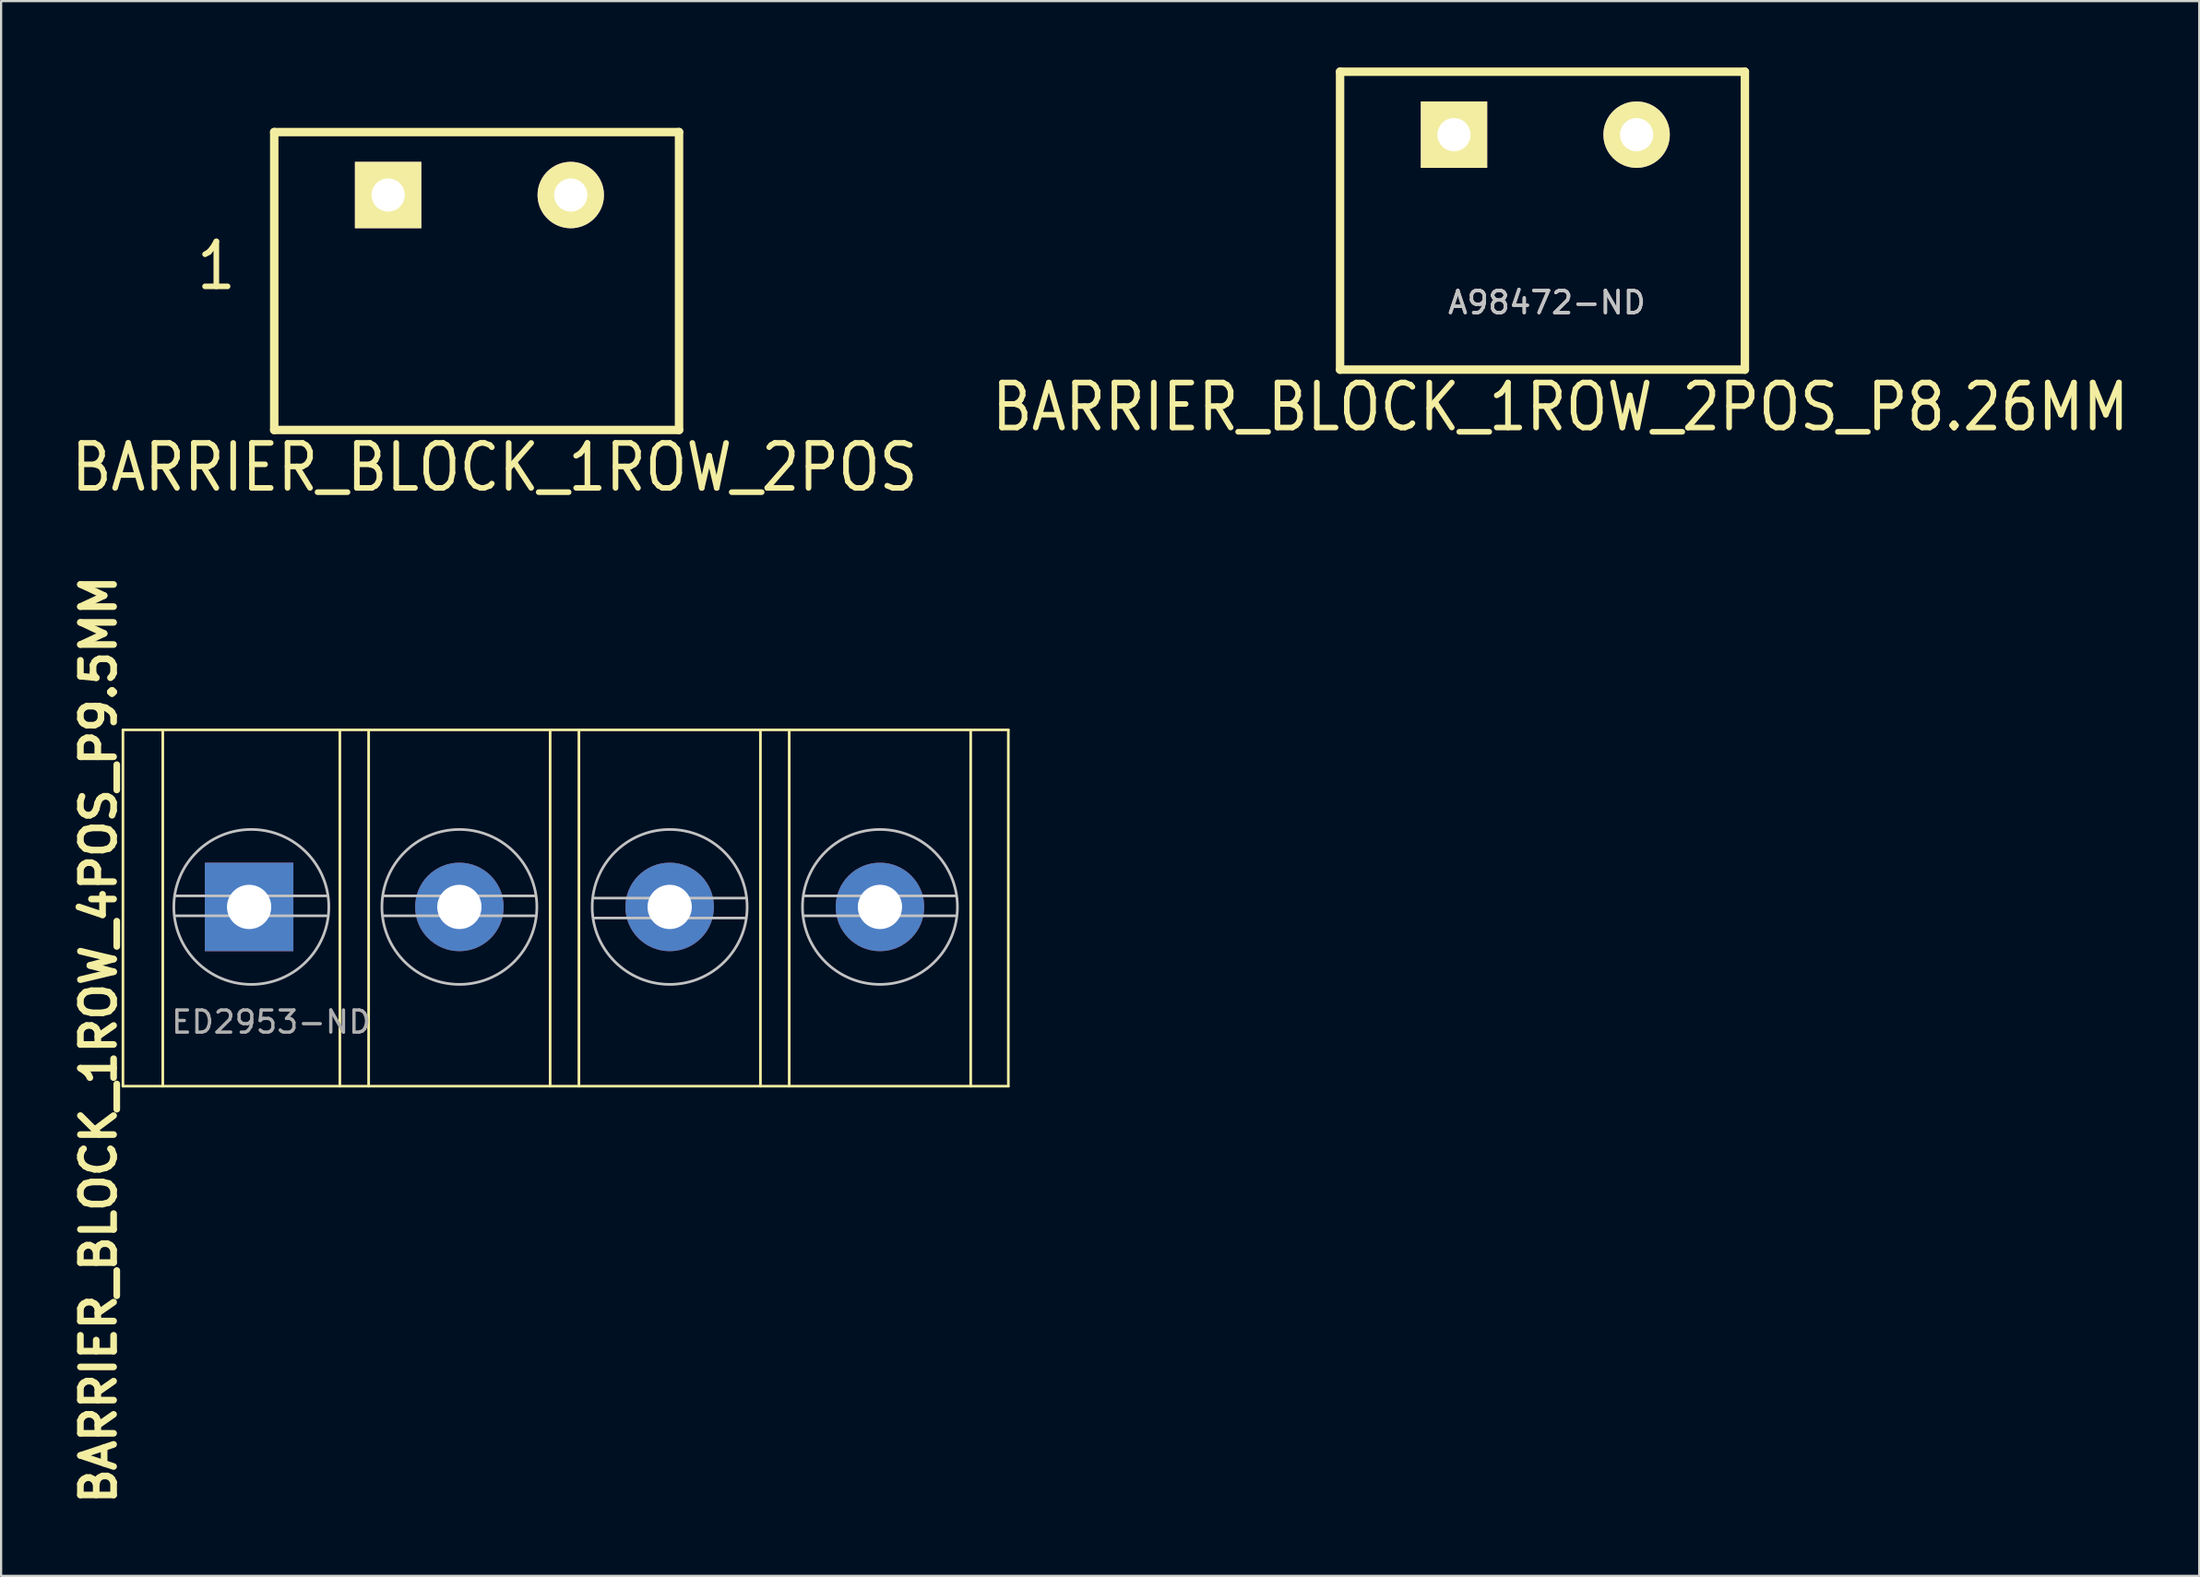
<source format=kicad_pcb>
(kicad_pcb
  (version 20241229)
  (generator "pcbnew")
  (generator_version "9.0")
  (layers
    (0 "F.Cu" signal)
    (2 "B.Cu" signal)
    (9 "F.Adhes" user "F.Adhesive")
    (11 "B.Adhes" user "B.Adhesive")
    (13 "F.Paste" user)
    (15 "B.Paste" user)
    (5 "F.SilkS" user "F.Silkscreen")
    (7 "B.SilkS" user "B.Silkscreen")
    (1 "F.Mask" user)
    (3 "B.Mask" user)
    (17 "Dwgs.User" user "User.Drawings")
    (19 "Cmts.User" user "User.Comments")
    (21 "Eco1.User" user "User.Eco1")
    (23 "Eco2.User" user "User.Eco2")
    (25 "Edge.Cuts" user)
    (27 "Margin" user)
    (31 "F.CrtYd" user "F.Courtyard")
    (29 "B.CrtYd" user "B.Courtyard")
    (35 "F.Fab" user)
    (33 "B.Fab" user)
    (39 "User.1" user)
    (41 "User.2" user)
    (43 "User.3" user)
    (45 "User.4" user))
  (footprint "BARRIER_BLOCK_1ROW_2POS_P8.26MM"
    (layer "F.Cu")
    (at 66.635 6.921)
    (property "Reference" "BARRIER_BLOCK_1ROW_2POS_P8.26MM" (at 0.813 8.42 0) (layer "F.SilkS") (effects (font (size 2.032 1.778) (thickness 0.254))))
    (attr through_hole)
    (fp_line (start -9.144 -6.731) (end -9.144 6.731) (stroke (width 0.381) (type solid)) (layer "F.SilkS"))
    (fp_line (start -9.144 -6.731) (end 9.144 -6.731) (stroke (width 0.381) (type solid)) (layer "F.SilkS"))
    (fp_line (start -9.144 6.731) (end 9.144 6.731) (stroke (width 0.381) (type solid)) (layer "F.SilkS"))
    (fp_line (start 9.144 -6.731) (end 9.144 6.731) (stroke (width 0.381) (type solid)) (layer "F.SilkS"))
    (fp_line (start -8.763 -6.477) (end -8.763 6.477) (stroke (width 0.254) (type solid)) (layer "Eco1.User"))
    (fp_line (start -8.763 6.477) (end -7.493 6.477) (stroke (width 0.254) (type solid)) (layer "Eco1.User"))
    (fp_line (start -7.493 -6.477) (end -8.763 -6.477) (stroke (width 0.254) (type solid)) (layer "Eco1.User"))
    (fp_line (start -7.493 -5.664) (end -7.493 -4.394) (stroke (width 0.254) (type solid)) (layer "Eco1.User"))
    (fp_line (start -7.493 -4.394) (end -0.635 -4.394) (stroke (width 0.254) (type solid)) (layer "Eco1.User"))
    (fp_line (start -7.493 4.394) (end -7.493 5.664) (stroke (width 0.254) (type solid)) (layer "Eco1.User"))
    (fp_line (start -7.493 5.664) (end -0.635 5.664) (stroke (width 0.254) (type solid)) (layer "Eco1.User"))
    (fp_line (start -7.493 6.477) (end -7.493 -6.477) (stroke (width 0.254) (type solid)) (layer "Eco1.User"))
    (fp_line (start -2.54 -2.311) (end -5.969 2.057) (stroke (width 0.254) (type solid)) (layer "Eco1.User"))
    (fp_line (start -2.337 -2.184) (end -5.766 2.184) (stroke (width 0.254) (type solid)) (layer "Eco1.User"))
    (fp_line (start -2.134 -2.032) (end -5.563 2.337) (stroke (width 0.254) (type solid)) (layer "Eco1.User"))
    (fp_line (start -0.635 -6.477) (end -0.635 6.477) (stroke (width 0.254) (type solid)) (layer "Eco1.User"))
    (fp_line (start -0.635 -5.664) (end -7.493 -5.664) (stroke (width 0.254) (type solid)) (layer "Eco1.User"))
    (fp_line (start -0.635 -4.394) (end -0.635 -5.664) (stroke (width 0.254) (type solid)) (layer "Eco1.User"))
    (fp_line (start -0.635 4.394) (end -7.493 4.394) (stroke (width 0.254) (type solid)) (layer "Eco1.User"))
    (fp_line (start -0.635 5.664) (end -0.635 4.394) (stroke (width 0.254) (type solid)) (layer "Eco1.User"))
    (fp_line (start -0.635 6.477) (end 0.635 6.477) (stroke (width 0.254) (type solid)) (layer "Eco1.User"))
    (fp_line (start 0.635 -6.477) (end -0.635 -6.477) (stroke (width 0.254) (type solid)) (layer "Eco1.User"))
    (fp_line (start 0.635 -5.664) (end 0.635 -4.394) (stroke (width 0.254) (type solid)) (layer "Eco1.User"))
    (fp_line (start 0.635 -4.394) (end 7.493 -4.394) (stroke (width 0.254) (type solid)) (layer "Eco1.User"))
    (fp_line (start 0.635 4.394) (end 0.635 5.664) (stroke (width 0.254) (type solid)) (layer "Eco1.User"))
    (fp_line (start 0.635 5.664) (end 7.493 5.664) (stroke (width 0.254) (type solid)) (layer "Eco1.User"))
    (fp_line (start 0.635 6.477) (end 0.635 -6.477) (stroke (width 0.254) (type solid)) (layer "Eco1.User"))
    (fp_line (start 5.588 -2.311) (end 2.159 2.057) (stroke (width 0.254) (type solid)) (layer "Eco1.User"))
    (fp_line (start 5.791 -2.184) (end 2.362 2.184) (stroke (width 0.254) (type solid)) (layer "Eco1.User"))
    (fp_line (start 5.994 -2.032) (end 2.565 2.337) (stroke (width 0.254) (type solid)) (layer "Eco1.User"))
    (fp_line (start 7.493 -6.477) (end 7.493 6.477) (stroke (width 0.254) (type solid)) (layer "Eco1.User"))
    (fp_line (start 7.493 -5.664) (end 0.635 -5.664) (stroke (width 0.254) (type solid)) (layer "Eco1.User"))
    (fp_line (start 7.493 -4.394) (end 7.493 -5.664) (stroke (width 0.254) (type solid)) (layer "Eco1.User"))
    (fp_line (start 7.493 4.394) (end 0.635 4.394) (stroke (width 0.254) (type solid)) (layer "Eco1.User"))
    (fp_line (start 7.493 5.664) (end 7.493 4.394) (stroke (width 0.254) (type solid)) (layer "Eco1.User"))
    (fp_line (start 7.493 6.477) (end 8.763 6.477) (stroke (width 0.254) (type solid)) (layer "Eco1.User"))
    (fp_line (start 8.763 -6.477) (end 7.493 -6.477) (stroke (width 0.254) (type solid)) (layer "Eco1.User"))
    (fp_line (start 8.763 6.477) (end 8.763 -6.477) (stroke (width 0.254) (type solid)) (layer "Eco1.User"))
    (fp_circle (center -4.064 0) (end -1.27 0.076) (stroke (width 0.254) (type solid)) (fill no) (layer "Eco1.User"))
    (fp_circle (center 4.064 0) (end 6.858 0.076) (stroke (width 0.254) (type solid)) (fill no) (layer "Eco1.User"))
    (fp_text user "A98472-ND" (at 0.2 3.7 0) (layer "Dwgs.User") (effects (font (size 1 1) (thickness 0.15))))
    (fp_text user "A98472-ND" (at 0.2 3.7 0) (layer "Dwgs.User") (effects (font (size 1 1) (thickness 0.15))))
    (pad "1" thru_hole rect (at -3.998 -3.886) (size 3 3) (drill 1.5) (layers "*.Cu" "*.Mask" "F.SilkS"))
    (pad "2" thru_hole circle (at 4.252 -3.886) (size 3 3) (drill 1.5) (layers "*.Cu" "*.Mask" "F.SilkS")))
  (footprint "BARRIER_BLOCK_1ROW_2POS"
    (layer "F.Cu")
    (at 18.483 9.649)
    (property "Reference" "BARRIER_BLOCK_1ROW_2POS" (at 0.813 8.42 0) (layer "F.SilkS") (effects (font (size 2.032 1.778) (thickness 0.254))))
    (property "Value" "BARRIER_BLOCK_1ROW_2POS" (at 0.406 -0.457 0) (layer "F.Fab") (hide yes) (effects (font (size 1 1) (thickness 0.152))))
    (attr through_hole)
    (fp_line (start -9.144 -6.731) (end -9.144 6.731) (stroke (width 0.381) (type solid)) (layer "F.SilkS"))
    (fp_line (start -9.144 -6.731) (end 9.144 -6.731) (stroke (width 0.381) (type solid)) (layer "F.SilkS"))
    (fp_line (start -9.144 6.731) (end 9.144 6.731) (stroke (width 0.381) (type solid)) (layer "F.SilkS"))
    (fp_line (start 9.144 -6.731) (end 9.144 6.731) (stroke (width 0.381) (type solid)) (layer "F.SilkS"))
    (fp_line (start -8.763 -6.477) (end -8.763 6.477) (stroke (width 0.254) (type solid)) (layer "Eco1.User"))
    (fp_line (start -8.763 6.477) (end -7.493 6.477) (stroke (width 0.254) (type solid)) (layer "Eco1.User"))
    (fp_line (start -7.493 -6.477) (end -8.763 -6.477) (stroke (width 0.254) (type solid)) (layer "Eco1.User"))
    (fp_line (start -7.493 -5.664) (end -7.493 -4.394) (stroke (width 0.254) (type solid)) (layer "Eco1.User"))
    (fp_line (start -7.493 -4.394) (end -0.635 -4.394) (stroke (width 0.254) (type solid)) (layer "Eco1.User"))
    (fp_line (start -7.493 4.394) (end -7.493 5.664) (stroke (width 0.254) (type solid)) (layer "Eco1.User"))
    (fp_line (start -7.493 5.664) (end -0.635 5.664) (stroke (width 0.254) (type solid)) (layer "Eco1.User"))
    (fp_line (start -7.493 6.477) (end -7.493 -6.477) (stroke (width 0.254) (type solid)) (layer "Eco1.User"))
    (fp_line (start -2.54 -2.311) (end -5.969 2.057) (stroke (width 0.254) (type solid)) (layer "Eco1.User"))
    (fp_line (start -2.337 -2.184) (end -5.766 2.184) (stroke (width 0.254) (type solid)) (layer "Eco1.User"))
    (fp_line (start -2.134 -2.032) (end -5.563 2.337) (stroke (width 0.254) (type solid)) (layer "Eco1.User"))
    (fp_line (start -0.635 -6.477) (end -0.635 6.477) (stroke (width 0.254) (type solid)) (layer "Eco1.User"))
    (fp_line (start -0.635 -5.664) (end -7.493 -5.664) (stroke (width 0.254) (type solid)) (layer "Eco1.User"))
    (fp_line (start -0.635 -4.394) (end -0.635 -5.664) (stroke (width 0.254) (type solid)) (layer "Eco1.User"))
    (fp_line (start -0.635 4.394) (end -7.493 4.394) (stroke (width 0.254) (type solid)) (layer "Eco1.User"))
    (fp_line (start -0.635 5.664) (end -0.635 4.394) (stroke (width 0.254) (type solid)) (layer "Eco1.User"))
    (fp_line (start -0.635 6.477) (end 0.635 6.477) (stroke (width 0.254) (type solid)) (layer "Eco1.User"))
    (fp_line (start 0.635 -6.477) (end -0.635 -6.477) (stroke (width 0.254) (type solid)) (layer "Eco1.User"))
    (fp_line (start 0.635 -5.664) (end 0.635 -4.394) (stroke (width 0.254) (type solid)) (layer "Eco1.User"))
    (fp_line (start 0.635 -4.394) (end 7.493 -4.394) (stroke (width 0.254) (type solid)) (layer "Eco1.User"))
    (fp_line (start 0.635 4.394) (end 0.635 5.664) (stroke (width 0.254) (type solid)) (layer "Eco1.User"))
    (fp_line (start 0.635 5.664) (end 7.493 5.664) (stroke (width 0.254) (type solid)) (layer "Eco1.User"))
    (fp_line (start 0.635 6.477) (end 0.635 -6.477) (stroke (width 0.254) (type solid)) (layer "Eco1.User"))
    (fp_line (start 5.588 -2.311) (end 2.159 2.057) (stroke (width 0.254) (type solid)) (layer "Eco1.User"))
    (fp_line (start 5.791 -2.184) (end 2.362 2.184) (stroke (width 0.254) (type solid)) (layer "Eco1.User"))
    (fp_line (start 5.994 -2.032) (end 2.565 2.337) (stroke (width 0.254) (type solid)) (layer "Eco1.User"))
    (fp_line (start 7.493 -6.477) (end 7.493 6.477) (stroke (width 0.254) (type solid)) (layer "Eco1.User"))
    (fp_line (start 7.493 -5.664) (end 0.635 -5.664) (stroke (width 0.254) (type solid)) (layer "Eco1.User"))
    (fp_line (start 7.493 -4.394) (end 7.493 -5.664) (stroke (width 0.254) (type solid)) (layer "Eco1.User"))
    (fp_line (start 7.493 4.394) (end 0.635 4.394) (stroke (width 0.254) (type solid)) (layer "Eco1.User"))
    (fp_line (start 7.493 5.664) (end 7.493 4.394) (stroke (width 0.254) (type solid)) (layer "Eco1.User"))
    (fp_line (start 7.493 6.477) (end 8.763 6.477) (stroke (width 0.254) (type solid)) (layer "Eco1.User"))
    (fp_line (start 8.763 -6.477) (end 7.493 -6.477) (stroke (width 0.254) (type solid)) (layer "Eco1.User"))
    (fp_line (start 8.763 6.477) (end 8.763 -6.477) (stroke (width 0.254) (type solid)) (layer "Eco1.User"))
    (fp_circle (center -4.064 0) (end -1.27 0.076) (stroke (width 0.254) (type solid)) (fill no) (layer "Eco1.User"))
    (fp_circle (center 4.064 0) (end 6.858 0.076) (stroke (width 0.254) (type solid)) (fill no) (layer "Eco1.User"))
    (fp_text user "1" (at -11.76 -0.686 0) (layer "F.SilkS") (effects (font (size 2.032 1.778) (thickness 0.254))))
    (fp_text user "${REFERENCE}" (at 0.635 8.357 0) (layer "Eco1.User") (effects (font (size 1.778 1.524) (thickness 0.216))))
    (fp_text user "${VALUE}" (at 0.178 -8.23 0) (layer "Eco1.User") (effects (font (size 1.778 1.524) (thickness 0.216))))
    (pad "1" thru_hole rect (at -3.998 -3.886) (size 3 3) (drill 1.5) (layers "*.Cu" "*.Mask" "F.SilkS"))
    (pad "2" thru_hole circle (at 4.252 -3.886) (size 3 3) (drill 1.5) (layers "*.Cu" "*.Mask" "F.SilkS")))
  (footprint "BARRIER_BLOCK_1ROW_4POS_P9.5MM"
    (layer "F.Cu")
    (at 2.504 46.032)
    (property "Reference" "BARRIER_BLOCK_1ROW_4POS_P9.5MM" (at -1.1 -2.1 270) (layer "F.SilkS") (effects (font (size 1.5 1.5) (thickness 0.3))))
    (attr through_hole)
    (fp_line (start 0 -16.1) (end 0 0) (stroke (width 0.12) (type solid)) (layer "F.SilkS"))
    (fp_line (start 0 -16.1) (end 40 -16.1) (stroke (width 0.12) (type solid)) (layer "F.SilkS"))
    (fp_line (start 0 0) (end 40 0) (stroke (width 0.12) (type solid)) (layer "F.SilkS"))
    (fp_line (start 1.8 0) (end 1.8 -16.1) (stroke (width 0.12) (type solid)) (layer "F.SilkS"))
    (fp_line (start 9.8 -16.1) (end 9.8 0) (stroke (width 0.12) (type solid)) (layer "F.SilkS"))
    (fp_line (start 11.1 0) (end 11.1 -16.1) (stroke (width 0.12) (type solid)) (layer "F.SilkS"))
    (fp_line (start 19.3 -16.1) (end 19.3 0) (stroke (width 0.12) (type solid)) (layer "F.SilkS"))
    (fp_line (start 20.6 0) (end 20.6 -16.1) (stroke (width 0.12) (type solid)) (layer "F.SilkS"))
    (fp_line (start 28.8 -16.1) (end 28.8 0) (stroke (width 0.12) (type solid)) (layer "F.SilkS"))
    (fp_line (start 30.1 0) (end 30.1 -16.1) (stroke (width 0.12) (type solid)) (layer "F.SilkS"))
    (fp_line (start 38.3 0) (end 38.3 -16.1) (stroke (width 0.12) (type solid)) (layer "F.SilkS"))
    (fp_line (start 40 0) (end 40 -16.1) (stroke (width 0.12) (type solid)) (layer "F.SilkS"))
    (fp_line (start 9.2 -8.6) (end 2.4 -8.6) (stroke (width 0.12) (type solid)) (layer "Dwgs.User"))
    (fp_line (start 9.2 -7.7) (end 2.4 -7.7) (stroke (width 0.12) (type solid)) (layer "Dwgs.User"))
    (fp_line (start 11.8 -8.6) (end 18.6 -8.6) (stroke (width 0.12) (type solid)) (layer "Dwgs.User"))
    (fp_line (start 11.8 -7.7) (end 18.6 -7.7) (stroke (width 0.12) (type solid)) (layer "Dwgs.User"))
    (fp_line (start 21.3 -8.5) (end 28.1 -8.5) (stroke (width 0.12) (type solid)) (layer "Dwgs.User"))
    (fp_line (start 21.3 -7.6) (end 28.1 -7.6) (stroke (width 0.12) (type solid)) (layer "Dwgs.User"))
    (fp_line (start 30.8 -8.6) (end 37.6 -8.6) (stroke (width 0.12) (type solid)) (layer "Dwgs.User"))
    (fp_line (start 30.8 -7.7) (end 37.6 -7.7) (stroke (width 0.12) (type solid)) (layer "Dwgs.User"))
    (fp_circle (center 5.8 -8.1) (end 9.301 -8.1) (stroke (width 0.12) (type solid)) (fill no) (layer "Dwgs.User"))
    (fp_circle (center 15.2 -8.1) (end 18.7 -8.1) (stroke (width 0.12) (type solid)) (fill no) (layer "Dwgs.User"))
    (fp_circle (center 24.7 -8.1) (end 28.2 -8.1) (stroke (width 0.12) (type solid)) (fill no) (layer "Dwgs.User"))
    (fp_circle (center 34.2 -8.1) (end 37.7 -8.1) (stroke (width 0.12) (type solid)) (fill no) (layer "Dwgs.User"))
    (fp_text user "ED2953-ND" (at 6.7 -2.9 0) (layer "F.Fab") (effects (font (size 1 1) (thickness 0.15))))
    (pad "1" thru_hole rect (at 5.7 -8.1) (size 4 4) (drill 2) (layers "*.Cu" "*.Mask"))
    (pad "2" thru_hole circle (at 15.2 -8.1) (size 4 4) (drill 2) (layers "*.Cu" "*.Mask"))
    (pad "3" thru_hole circle (at 24.7 -8.1) (size 4 4) (drill 2) (layers "*.Cu" "*.Mask"))
    (pad "4" thru_hole circle (at 34.2 -8.1) (size 4 4) (drill 2) (layers "*.Cu" "*.Mask")))
  (gr_rect
    (start -3 -3)
    (end 96.305 68.16)
    (stroke (width 0.1) (type default))
    (fill no)
    (layer "Edge.Cuts")))
</source>
